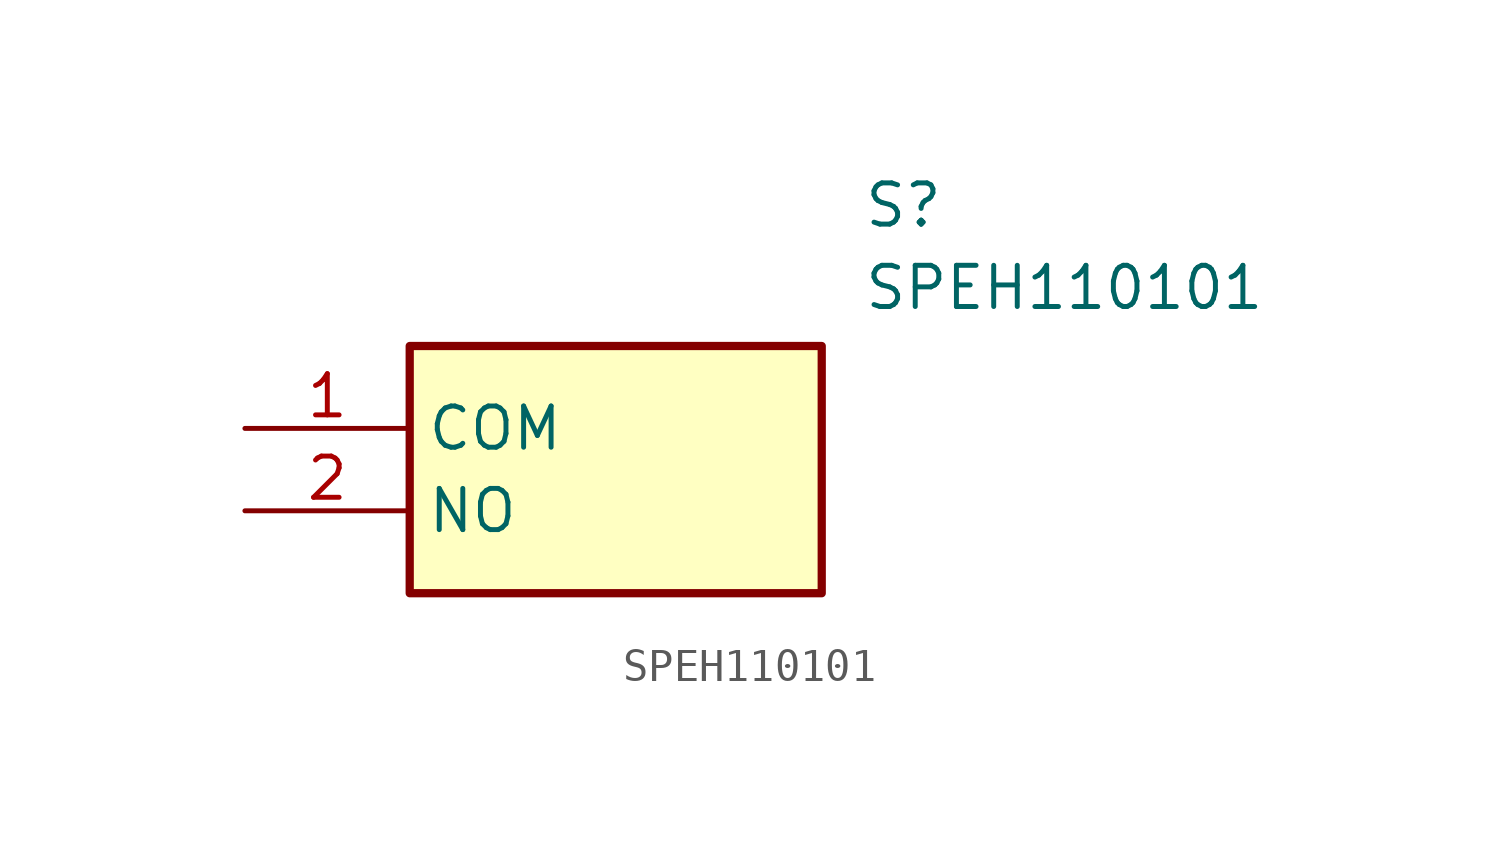
<source format=kicad_sym>
(kicad_symbol_lib
  (version 20211014)
  (generator SamacSys_ECAD_Model)
  (symbol "SPEH110101"
    (property "Reference" "S"
      (at 19.05 7.62 0)
      (effects (font (size 1.27 1.27)) (justify left top)))
    (property "Value" "SPEH110101"
      (at 19.05 5.08 0)
      (effects (font (size 1.27 1.27)) (justify left top)))
    (rectangle
      (start 5.08 2.54)
      (end 17.78 -5.08)
      (stroke (width 0.254) (type default))
      (fill (type background)))
    (pin passive line
      (at 0 0 0)
      (length 5.08)
      (name "COM" (effects (font (size 1.27 1.27))))
      (number "1" (effects (font (size 1.27 1.27)))))
    (pin passive line
      (at 0 -2.54 0)
      (length 5.08)
      (name "NO" (effects (font (size 1.27 1.27))))
      (number "2" (effects (font (size 1.27 1.27)))))))
</source>
